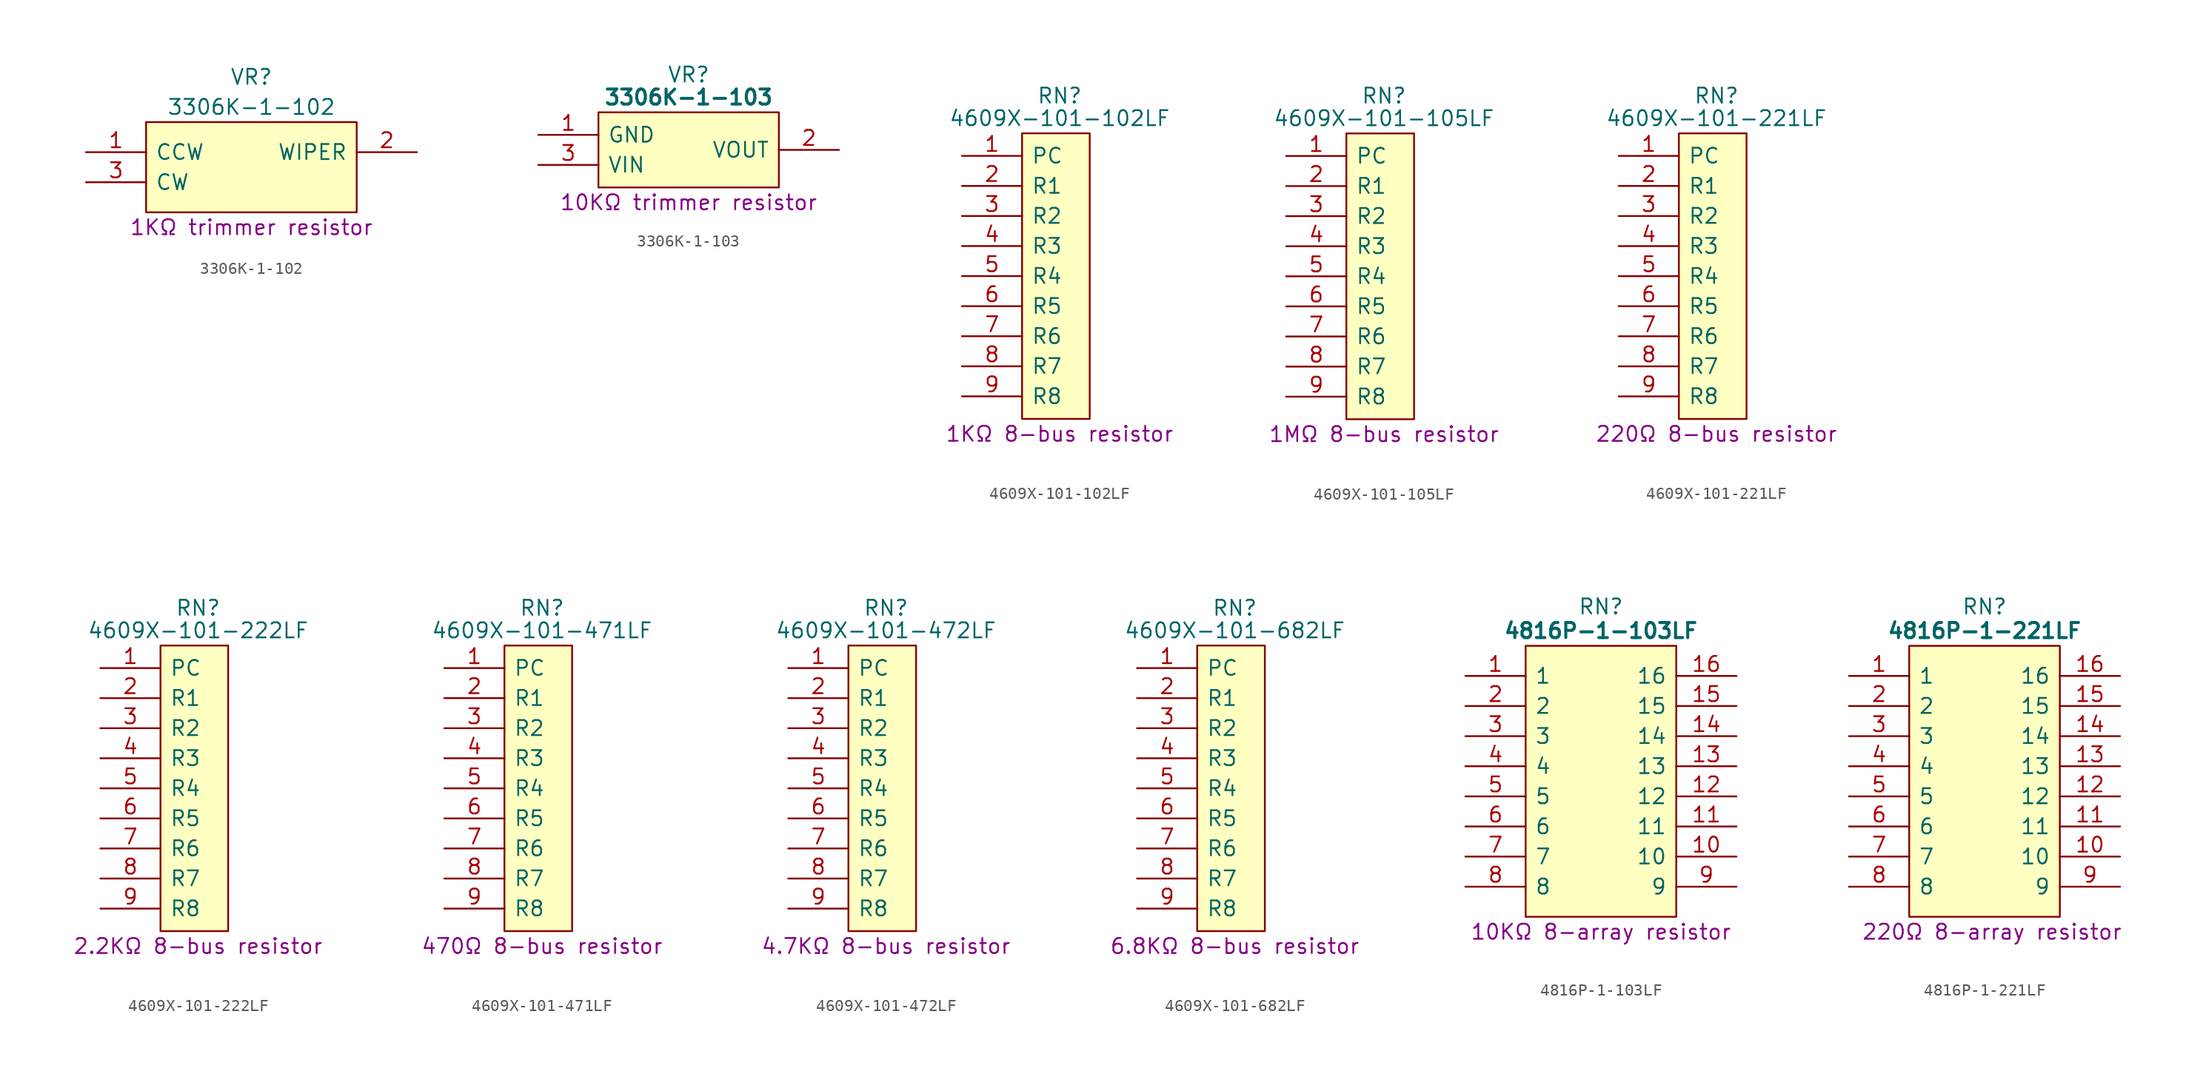
<source format=kicad_sym>
(kicad_symbol_lib
  (version 20231120)
  (generator "kicad_symbol_editor")
  (generator_version "8.0")
  (symbol "3306K-1-102"
    (pin_names
      (offset 0.762))
    (property "Reference" "VR"
      (at 13.97 6.35 0)
      (effects (font (size 1.27 1.27))))
    (property "Value" "3306K-1-102"
      (at 13.97 3.81 0)
      (effects (font (size 1.27 1.27))))
    (property "Description" "1KΩ trimmer resistor"
      (at 13.97 -6.35 0)
      (effects (font (size 1.27 1.27))))
    (symbol "3306K-1-102_0_0"
      (pin passive line (at 0 0 0) (length 5.08) (name "CCW" (effects (font (size 1.27 1.27)))) (number "1" (effects (font (size 1.27 1.27)))))
      (pin passive line (at 27.94 0 180) (length 5.08) (name "WIPER" (effects (font (size 1.27 1.27)))) (number "2" (effects (font (size 1.27 1.27)))))
      (pin passive line (at 0 -2.54 0) (length 5.08) (name "CW" (effects (font (size 1.27 1.27)))) (number "3" (effects (font (size 1.27 1.27))))))
    (symbol "3306K-1-102_0_1"
      (polyline (pts (xy 5.08 2.54) (xy 22.86 2.54) (xy 22.86 -5.08) (xy 5.08 -5.08) (xy 5.08 2.54)) (stroke (width 0.152) (type default)) (fill (type background)))))
  (symbol "3306K-1-103"
    (pin_names
      (offset 0.762))
    (property "Reference" "VR"
      (at 12.7 5.08 0)
      (effects (font (size 1.27 1.27))))
    (property "Value" "3306K-1-103"
      (at 12.7 3.175 0)
      (effects (font (size 1.27 1.27) (bold yes))))
    (property "Description" "10KΩ trimmer resistor"
      (at 12.7 -5.715 0)
      (effects (font (size 1.27 1.27))))
    (symbol "3306K-1-103_0_0"
      (pin passive line (at 0 0 0) (length 5.08) (name "GND" (effects (font (size 1.27 1.27)))) (number "1" (effects (font (size 1.27 1.27)))))
      (pin passive line (at 25.4 -1.27 180) (length 5.08) (name "VOUT" (effects (font (size 1.27 1.27)))) (number "2" (effects (font (size 1.27 1.27)))))
      (pin passive line (at 0 -2.54 0) (length 5.08) (name "VIN" (effects (font (size 1.27 1.27)))) (number "3" (effects (font (size 1.27 1.27))))))
    (symbol "3306K-1-103_0_1"
      (polyline (pts (xy 5.08 1.905) (xy 20.32 1.905) (xy 20.32 -4.445) (xy 5.08 -4.445) (xy 5.08 1.905)) (stroke (width 0.152) (type default)) (fill (type background)))))
  (symbol "4609X-101-102LF"
    (pin_names
      (offset 0.762))
    (property "Reference" "RN"
      (at 8.255 5.08 0)
      (effects (font (size 1.27 1.27))))
    (property "Value" "4609X-101-102LF"
      (at 8.255 3.175 0)
      (effects (font (size 1.27 1.27))))
    (property "Description" "1KΩ 8-bus resistor"
      (at 8.255 -23.495 0)
      (effects (font (size 1.27 1.27))))
    (symbol "4609X-101-102LF_0_0"
      (pin passive line (at 0 0 0) (length 5.08) (name "PC" (effects (font (size 1.27 1.27)))) (number "1" (effects (font (size 1.27 1.27)))))
      (pin passive line (at 0 -2.54 0) (length 5.08) (name "R1" (effects (font (size 1.27 1.27)))) (number "2" (effects (font (size 1.27 1.27)))))
      (pin passive line (at 0 -5.08 0) (length 5.08) (name "R2" (effects (font (size 1.27 1.27)))) (number "3" (effects (font (size 1.27 1.27)))))
      (pin passive line (at 0 -7.62 0) (length 5.08) (name "R3" (effects (font (size 1.27 1.27)))) (number "4" (effects (font (size 1.27 1.27)))))
      (pin passive line (at 0 -10.16 0) (length 5.08) (name "R4" (effects (font (size 1.27 1.27)))) (number "5" (effects (font (size 1.27 1.27)))))
      (pin passive line (at 0 -12.7 0) (length 5.08) (name "R5" (effects (font (size 1.27 1.27)))) (number "6" (effects (font (size 1.27 1.27)))))
      (pin passive line (at 0 -15.24 0) (length 5.08) (name "R6" (effects (font (size 1.27 1.27)))) (number "7" (effects (font (size 1.27 1.27)))))
      (pin passive line (at 0 -17.78 0) (length 5.08) (name "R7" (effects (font (size 1.27 1.27)))) (number "8" (effects (font (size 1.27 1.27)))))
      (pin passive line (at 0 -20.32 0) (length 5.08) (name "R8" (effects (font (size 1.27 1.27)))) (number "9" (effects (font (size 1.27 1.27))))))
    (symbol "4609X-101-102LF_0_1"
      (polyline (pts (xy 5.08 1.905) (xy 10.795 1.905) (xy 10.795 -22.225) (xy 5.08 -22.225) (xy 5.08 1.905)) (stroke (width 0.152) (type default)) (fill (type background)))))
  (symbol "4609X-101-105LF"
    (pin_names
      (offset 0.762))
    (property "Reference" "RN"
      (at 8.255 5.08 0)
      (effects (font (size 1.27 1.27))))
    (property "Value" "4609X-101-105LF"
      (at 8.255 3.175 0)
      (effects (font (size 1.27 1.27))))
    (property "Description" "1MΩ 8-bus resistor"
      (at 8.255 -23.495 0)
      (effects (font (size 1.27 1.27))))
    (symbol "4609X-101-105LF_0_0"
      (pin passive line (at 0 0 0) (length 5.08) (name "PC" (effects (font (size 1.27 1.27)))) (number "1" (effects (font (size 1.27 1.27)))))
      (pin passive line (at 0 -2.54 0) (length 5.08) (name "R1" (effects (font (size 1.27 1.27)))) (number "2" (effects (font (size 1.27 1.27)))))
      (pin passive line (at 0 -5.08 0) (length 5.08) (name "R2" (effects (font (size 1.27 1.27)))) (number "3" (effects (font (size 1.27 1.27)))))
      (pin passive line (at 0 -7.62 0) (length 5.08) (name "R3" (effects (font (size 1.27 1.27)))) (number "4" (effects (font (size 1.27 1.27)))))
      (pin passive line (at 0 -10.16 0) (length 5.08) (name "R4" (effects (font (size 1.27 1.27)))) (number "5" (effects (font (size 1.27 1.27)))))
      (pin passive line (at 0 -12.7 0) (length 5.08) (name "R5" (effects (font (size 1.27 1.27)))) (number "6" (effects (font (size 1.27 1.27)))))
      (pin passive line (at 0 -15.24 0) (length 5.08) (name "R6" (effects (font (size 1.27 1.27)))) (number "7" (effects (font (size 1.27 1.27)))))
      (pin passive line (at 0 -17.78 0) (length 5.08) (name "R7" (effects (font (size 1.27 1.27)))) (number "8" (effects (font (size 1.27 1.27)))))
      (pin passive line (at 0 -20.32 0) (length 5.08) (name "R8" (effects (font (size 1.27 1.27)))) (number "9" (effects (font (size 1.27 1.27))))))
    (symbol "4609X-101-105LF_0_1"
      (polyline (pts (xy 5.08 1.905) (xy 10.795 1.905) (xy 10.795 -22.225) (xy 5.08 -22.225) (xy 5.08 1.905)) (stroke (width 0.152) (type default)) (fill (type background)))))
  (symbol "4609X-101-221LF"
    (pin_names
      (offset 0.762))
    (property "Reference" "RN"
      (at 8.255 5.08 0)
      (effects (font (size 1.27 1.27))))
    (property "Value" "4609X-101-221LF"
      (at 8.255 3.175 0)
      (effects (font (size 1.27 1.27))))
    (property "Description" "220Ω 8-bus resistor"
      (at 8.255 -23.495 0)
      (effects (font (size 1.27 1.27))))
    (symbol "4609X-101-221LF_0_0"
      (pin passive line (at 0 0 0) (length 5.08) (name "PC" (effects (font (size 1.27 1.27)))) (number "1" (effects (font (size 1.27 1.27)))))
      (pin passive line (at 0 -2.54 0) (length 5.08) (name "R1" (effects (font (size 1.27 1.27)))) (number "2" (effects (font (size 1.27 1.27)))))
      (pin passive line (at 0 -5.08 0) (length 5.08) (name "R2" (effects (font (size 1.27 1.27)))) (number "3" (effects (font (size 1.27 1.27)))))
      (pin passive line (at 0 -7.62 0) (length 5.08) (name "R3" (effects (font (size 1.27 1.27)))) (number "4" (effects (font (size 1.27 1.27)))))
      (pin passive line (at 0 -10.16 0) (length 5.08) (name "R4" (effects (font (size 1.27 1.27)))) (number "5" (effects (font (size 1.27 1.27)))))
      (pin passive line (at 0 -12.7 0) (length 5.08) (name "R5" (effects (font (size 1.27 1.27)))) (number "6" (effects (font (size 1.27 1.27)))))
      (pin passive line (at 0 -15.24 0) (length 5.08) (name "R6" (effects (font (size 1.27 1.27)))) (number "7" (effects (font (size 1.27 1.27)))))
      (pin passive line (at 0 -17.78 0) (length 5.08) (name "R7" (effects (font (size 1.27 1.27)))) (number "8" (effects (font (size 1.27 1.27)))))
      (pin passive line (at 0 -20.32 0) (length 5.08) (name "R8" (effects (font (size 1.27 1.27)))) (number "9" (effects (font (size 1.27 1.27))))))
    (symbol "4609X-101-221LF_0_1"
      (polyline (pts (xy 5.08 1.905) (xy 10.795 1.905) (xy 10.795 -22.225) (xy 5.08 -22.225) (xy 5.08 1.905)) (stroke (width 0.152) (type default)) (fill (type background)))))
  (symbol "4609X-101-222LF"
    (pin_names
      (offset 0.762))
    (property "Reference" "RN"
      (at 8.255 5.08 0)
      (effects (font (size 1.27 1.27))))
    (property "Value" "4609X-101-222LF"
      (at 8.255 3.175 0)
      (effects (font (size 1.27 1.27))))
    (property "Description" "2.2KΩ 8-bus resistor"
      (at 8.255 -23.495 0)
      (effects (font (size 1.27 1.27))))
    (symbol "4609X-101-222LF_0_0"
      (pin passive line (at 0 0 0) (length 5.08) (name "PC" (effects (font (size 1.27 1.27)))) (number "1" (effects (font (size 1.27 1.27)))))
      (pin passive line (at 0 -2.54 0) (length 5.08) (name "R1" (effects (font (size 1.27 1.27)))) (number "2" (effects (font (size 1.27 1.27)))))
      (pin passive line (at 0 -5.08 0) (length 5.08) (name "R2" (effects (font (size 1.27 1.27)))) (number "3" (effects (font (size 1.27 1.27)))))
      (pin passive line (at 0 -7.62 0) (length 5.08) (name "R3" (effects (font (size 1.27 1.27)))) (number "4" (effects (font (size 1.27 1.27)))))
      (pin passive line (at 0 -10.16 0) (length 5.08) (name "R4" (effects (font (size 1.27 1.27)))) (number "5" (effects (font (size 1.27 1.27)))))
      (pin passive line (at 0 -12.7 0) (length 5.08) (name "R5" (effects (font (size 1.27 1.27)))) (number "6" (effects (font (size 1.27 1.27)))))
      (pin passive line (at 0 -15.24 0) (length 5.08) (name "R6" (effects (font (size 1.27 1.27)))) (number "7" (effects (font (size 1.27 1.27)))))
      (pin passive line (at 0 -17.78 0) (length 5.08) (name "R7" (effects (font (size 1.27 1.27)))) (number "8" (effects (font (size 1.27 1.27)))))
      (pin passive line (at 0 -20.32 0) (length 5.08) (name "R8" (effects (font (size 1.27 1.27)))) (number "9" (effects (font (size 1.27 1.27))))))
    (symbol "4609X-101-222LF_0_1"
      (polyline (pts (xy 5.08 1.905) (xy 10.795 1.905) (xy 10.795 -22.225) (xy 5.08 -22.225) (xy 5.08 1.905)) (stroke (width 0.152) (type default)) (fill (type background)))))
  (symbol "4609X-101-471LF"
    (pin_names
      (offset 0.762))
    (property "Reference" "RN"
      (at 8.255 5.08 0)
      (effects (font (size 1.27 1.27))))
    (property "Value" "4609X-101-471LF"
      (at 8.255 3.175 0)
      (effects (font (size 1.27 1.27))))
    (property "Description" "470Ω 8-bus resistor"
      (at 8.255 -23.495 0)
      (effects (font (size 1.27 1.27))))
    (symbol "4609X-101-471LF_0_0"
      (pin passive line (at 0 0 0) (length 5.08) (name "PC" (effects (font (size 1.27 1.27)))) (number "1" (effects (font (size 1.27 1.27)))))
      (pin passive line (at 0 -2.54 0) (length 5.08) (name "R1" (effects (font (size 1.27 1.27)))) (number "2" (effects (font (size 1.27 1.27)))))
      (pin passive line (at 0 -5.08 0) (length 5.08) (name "R2" (effects (font (size 1.27 1.27)))) (number "3" (effects (font (size 1.27 1.27)))))
      (pin passive line (at 0 -7.62 0) (length 5.08) (name "R3" (effects (font (size 1.27 1.27)))) (number "4" (effects (font (size 1.27 1.27)))))
      (pin passive line (at 0 -10.16 0) (length 5.08) (name "R4" (effects (font (size 1.27 1.27)))) (number "5" (effects (font (size 1.27 1.27)))))
      (pin passive line (at 0 -12.7 0) (length 5.08) (name "R5" (effects (font (size 1.27 1.27)))) (number "6" (effects (font (size 1.27 1.27)))))
      (pin passive line (at 0 -15.24 0) (length 5.08) (name "R6" (effects (font (size 1.27 1.27)))) (number "7" (effects (font (size 1.27 1.27)))))
      (pin passive line (at 0 -17.78 0) (length 5.08) (name "R7" (effects (font (size 1.27 1.27)))) (number "8" (effects (font (size 1.27 1.27)))))
      (pin passive line (at 0 -20.32 0) (length 5.08) (name "R8" (effects (font (size 1.27 1.27)))) (number "9" (effects (font (size 1.27 1.27))))))
    (symbol "4609X-101-471LF_0_1"
      (polyline (pts (xy 5.08 1.905) (xy 10.795 1.905) (xy 10.795 -22.225) (xy 5.08 -22.225) (xy 5.08 1.905)) (stroke (width 0.152) (type default)) (fill (type background)))))
  (symbol "4609X-101-472LF"
    (pin_names
      (offset 0.762))
    (property "Reference" "RN"
      (at 8.255 5.08 0)
      (effects (font (size 1.27 1.27))))
    (property "Value" "4609X-101-472LF"
      (at 8.255 3.175 0)
      (effects (font (size 1.27 1.27))))
    (property "Description" "4.7KΩ 8-bus resistor"
      (at 8.255 -23.495 0)
      (effects (font (size 1.27 1.27))))
    (symbol "4609X-101-472LF_0_0"
      (pin passive line (at 0 0 0) (length 5.08) (name "PC" (effects (font (size 1.27 1.27)))) (number "1" (effects (font (size 1.27 1.27)))))
      (pin passive line (at 0 -2.54 0) (length 5.08) (name "R1" (effects (font (size 1.27 1.27)))) (number "2" (effects (font (size 1.27 1.27)))))
      (pin passive line (at 0 -5.08 0) (length 5.08) (name "R2" (effects (font (size 1.27 1.27)))) (number "3" (effects (font (size 1.27 1.27)))))
      (pin passive line (at 0 -7.62 0) (length 5.08) (name "R3" (effects (font (size 1.27 1.27)))) (number "4" (effects (font (size 1.27 1.27)))))
      (pin passive line (at 0 -10.16 0) (length 5.08) (name "R4" (effects (font (size 1.27 1.27)))) (number "5" (effects (font (size 1.27 1.27)))))
      (pin passive line (at 0 -12.7 0) (length 5.08) (name "R5" (effects (font (size 1.27 1.27)))) (number "6" (effects (font (size 1.27 1.27)))))
      (pin passive line (at 0 -15.24 0) (length 5.08) (name "R6" (effects (font (size 1.27 1.27)))) (number "7" (effects (font (size 1.27 1.27)))))
      (pin passive line (at 0 -17.78 0) (length 5.08) (name "R7" (effects (font (size 1.27 1.27)))) (number "8" (effects (font (size 1.27 1.27)))))
      (pin passive line (at 0 -20.32 0) (length 5.08) (name "R8" (effects (font (size 1.27 1.27)))) (number "9" (effects (font (size 1.27 1.27))))))
    (symbol "4609X-101-472LF_0_1"
      (polyline (pts (xy 5.08 1.905) (xy 10.795 1.905) (xy 10.795 -22.225) (xy 5.08 -22.225) (xy 5.08 1.905)) (stroke (width 0.152) (type default)) (fill (type background)))))
  (symbol "4609X-101-682LF"
    (pin_names
      (offset 0.762))
    (property "Reference" "RN"
      (at 8.255 5.08 0)
      (effects (font (size 1.27 1.27))))
    (property "Value" "4609X-101-682LF"
      (at 8.255 3.175 0)
      (effects (font (size 1.27 1.27))))
    (property "Description" "6.8KΩ 8-bus resistor"
      (at 8.255 -23.495 0)
      (effects (font (size 1.27 1.27))))
    (symbol "4609X-101-682LF_0_0"
      (pin passive line (at 0 0 0) (length 5.08) (name "PC" (effects (font (size 1.27 1.27)))) (number "1" (effects (font (size 1.27 1.27)))))
      (pin passive line (at 0 -2.54 0) (length 5.08) (name "R1" (effects (font (size 1.27 1.27)))) (number "2" (effects (font (size 1.27 1.27)))))
      (pin passive line (at 0 -5.08 0) (length 5.08) (name "R2" (effects (font (size 1.27 1.27)))) (number "3" (effects (font (size 1.27 1.27)))))
      (pin passive line (at 0 -7.62 0) (length 5.08) (name "R3" (effects (font (size 1.27 1.27)))) (number "4" (effects (font (size 1.27 1.27)))))
      (pin passive line (at 0 -10.16 0) (length 5.08) (name "R4" (effects (font (size 1.27 1.27)))) (number "5" (effects (font (size 1.27 1.27)))))
      (pin passive line (at 0 -12.7 0) (length 5.08) (name "R5" (effects (font (size 1.27 1.27)))) (number "6" (effects (font (size 1.27 1.27)))))
      (pin passive line (at 0 -15.24 0) (length 5.08) (name "R6" (effects (font (size 1.27 1.27)))) (number "7" (effects (font (size 1.27 1.27)))))
      (pin passive line (at 0 -17.78 0) (length 5.08) (name "R7" (effects (font (size 1.27 1.27)))) (number "8" (effects (font (size 1.27 1.27)))))
      (pin passive line (at 0 -20.32 0) (length 5.08) (name "R8" (effects (font (size 1.27 1.27)))) (number "9" (effects (font (size 1.27 1.27))))))
    (symbol "4609X-101-682LF_0_1"
      (polyline (pts (xy 5.08 1.905) (xy 10.795 1.905) (xy 10.795 -22.225) (xy 5.08 -22.225) (xy 5.08 1.905)) (stroke (width 0.152) (type default)) (fill (type background)))))
  (symbol "4816P-1-103LF"
    (pin_names
      (offset 0.762))
    (property "Reference" "RN"
      (at 11.43 5.842 0)
      (effects (font (size 1.27 1.27))))
    (property "Value" "4816P-1-103LF"
      (at 11.43 3.81 0)
      (effects (font (size 1.27 1.27) (thickness 0.254) (bold yes))))
    (property "Description" "10KΩ 8-array resistor"
      (at 11.43 -21.59 0)
      (effects (font (size 1.27 1.27))))
    (symbol "4816P-1-103LF_0_0"
      (pin passive line (at 0 0 0) (length 5.08) (name "1" (effects (font (size 1.27 1.27)))) (number "1" (effects (font (size 1.27 1.27)))))
      (pin passive line (at 22.86 -15.24 180) (length 5.08) (name "10" (effects (font (size 1.27 1.27)))) (number "10" (effects (font (size 1.27 1.27)))))
      (pin passive line (at 22.86 -12.7 180) (length 5.08) (name "11" (effects (font (size 1.27 1.27)))) (number "11" (effects (font (size 1.27 1.27)))))
      (pin passive line (at 22.86 -10.16 180) (length 5.08) (name "12" (effects (font (size 1.27 1.27)))) (number "12" (effects (font (size 1.27 1.27)))))
      (pin passive line (at 22.86 -7.62 180) (length 5.08) (name "13" (effects (font (size 1.27 1.27)))) (number "13" (effects (font (size 1.27 1.27)))))
      (pin passive line (at 22.86 -5.08 180) (length 5.08) (name "14" (effects (font (size 1.27 1.27)))) (number "14" (effects (font (size 1.27 1.27)))))
      (pin passive line (at 22.86 -2.54 180) (length 5.08) (name "15" (effects (font (size 1.27 1.27)))) (number "15" (effects (font (size 1.27 1.27)))))
      (pin passive line (at 22.86 0 180) (length 5.08) (name "16" (effects (font (size 1.27 1.27)))) (number "16" (effects (font (size 1.27 1.27)))))
      (pin passive line (at 0 -2.54 0) (length 5.08) (name "2" (effects (font (size 1.27 1.27)))) (number "2" (effects (font (size 1.27 1.27)))))
      (pin passive line (at 0 -5.08 0) (length 5.08) (name "3" (effects (font (size 1.27 1.27)))) (number "3" (effects (font (size 1.27 1.27)))))
      (pin passive line (at 0 -7.62 0) (length 5.08) (name "4" (effects (font (size 1.27 1.27)))) (number "4" (effects (font (size 1.27 1.27)))))
      (pin passive line (at 0 -10.16 0) (length 5.08) (name "5" (effects (font (size 1.27 1.27)))) (number "5" (effects (font (size 1.27 1.27)))))
      (pin passive line (at 0 -12.7 0) (length 5.08) (name "6" (effects (font (size 1.27 1.27)))) (number "6" (effects (font (size 1.27 1.27)))))
      (pin passive line (at 0 -15.24 0) (length 5.08) (name "7" (effects (font (size 1.27 1.27)))) (number "7" (effects (font (size 1.27 1.27)))))
      (pin passive line (at 0 -17.78 0) (length 5.08) (name "8" (effects (font (size 1.27 1.27)))) (number "8" (effects (font (size 1.27 1.27)))))
      (pin passive line (at 22.86 -17.78 180) (length 5.08) (name "9" (effects (font (size 1.27 1.27)))) (number "9" (effects (font (size 1.27 1.27))))))
    (symbol "4816P-1-103LF_0_1"
      (polyline (pts (xy 5.08 2.54) (xy 17.78 2.54) (xy 17.78 -20.32) (xy 5.08 -20.32) (xy 5.08 2.54)) (stroke (width 0.152) (type default)) (fill (type background)))))
  (symbol "4816P-1-221LF"
    (pin_names
      (offset 0.762))
    (property "Reference" "RN"
      (at 11.43 5.842 0)
      (effects (font (size 1.27 1.27))))
    (property "Value" "4816P-1-221LF"
      (at 11.43 3.81 0)
      (effects (font (size 1.27 1.27) (thickness 0.254) (bold yes))))
    (property "Description" "220Ω 8-array resistor"
      (at 12.065 -21.59 0)
      (effects (font (size 1.27 1.27))))
    (symbol "4816P-1-221LF_0_0"
      (pin passive line (at 0 0 0) (length 5.08) (name "1" (effects (font (size 1.27 1.27)))) (number "1" (effects (font (size 1.27 1.27)))))
      (pin passive line (at 22.86 -15.24 180) (length 5.08) (name "10" (effects (font (size 1.27 1.27)))) (number "10" (effects (font (size 1.27 1.27)))))
      (pin passive line (at 22.86 -12.7 180) (length 5.08) (name "11" (effects (font (size 1.27 1.27)))) (number "11" (effects (font (size 1.27 1.27)))))
      (pin passive line (at 22.86 -10.16 180) (length 5.08) (name "12" (effects (font (size 1.27 1.27)))) (number "12" (effects (font (size 1.27 1.27)))))
      (pin passive line (at 22.86 -7.62 180) (length 5.08) (name "13" (effects (font (size 1.27 1.27)))) (number "13" (effects (font (size 1.27 1.27)))))
      (pin passive line (at 22.86 -5.08 180) (length 5.08) (name "14" (effects (font (size 1.27 1.27)))) (number "14" (effects (font (size 1.27 1.27)))))
      (pin passive line (at 22.86 -2.54 180) (length 5.08) (name "15" (effects (font (size 1.27 1.27)))) (number "15" (effects (font (size 1.27 1.27)))))
      (pin passive line (at 22.86 0 180) (length 5.08) (name "16" (effects (font (size 1.27 1.27)))) (number "16" (effects (font (size 1.27 1.27)))))
      (pin passive line (at 0 -2.54 0) (length 5.08) (name "2" (effects (font (size 1.27 1.27)))) (number "2" (effects (font (size 1.27 1.27)))))
      (pin passive line (at 0 -5.08 0) (length 5.08) (name "3" (effects (font (size 1.27 1.27)))) (number "3" (effects (font (size 1.27 1.27)))))
      (pin passive line (at 0 -7.62 0) (length 5.08) (name "4" (effects (font (size 1.27 1.27)))) (number "4" (effects (font (size 1.27 1.27)))))
      (pin passive line (at 0 -10.16 0) (length 5.08) (name "5" (effects (font (size 1.27 1.27)))) (number "5" (effects (font (size 1.27 1.27)))))
      (pin passive line (at 0 -12.7 0) (length 5.08) (name "6" (effects (font (size 1.27 1.27)))) (number "6" (effects (font (size 1.27 1.27)))))
      (pin passive line (at 0 -15.24 0) (length 5.08) (name "7" (effects (font (size 1.27 1.27)))) (number "7" (effects (font (size 1.27 1.27)))))
      (pin passive line (at 0 -17.78 0) (length 5.08) (name "8" (effects (font (size 1.27 1.27)))) (number "8" (effects (font (size 1.27 1.27)))))
      (pin passive line (at 22.86 -17.78 180) (length 5.08) (name "9" (effects (font (size 1.27 1.27)))) (number "9" (effects (font (size 1.27 1.27))))))
    (symbol "4816P-1-221LF_0_1"
      (polyline (pts (xy 5.08 2.54) (xy 17.78 2.54) (xy 17.78 -20.32) (xy 5.08 -20.32) (xy 5.08 2.54)) (stroke (width 0.152) (type default)) (fill (type background))))))
</source>
